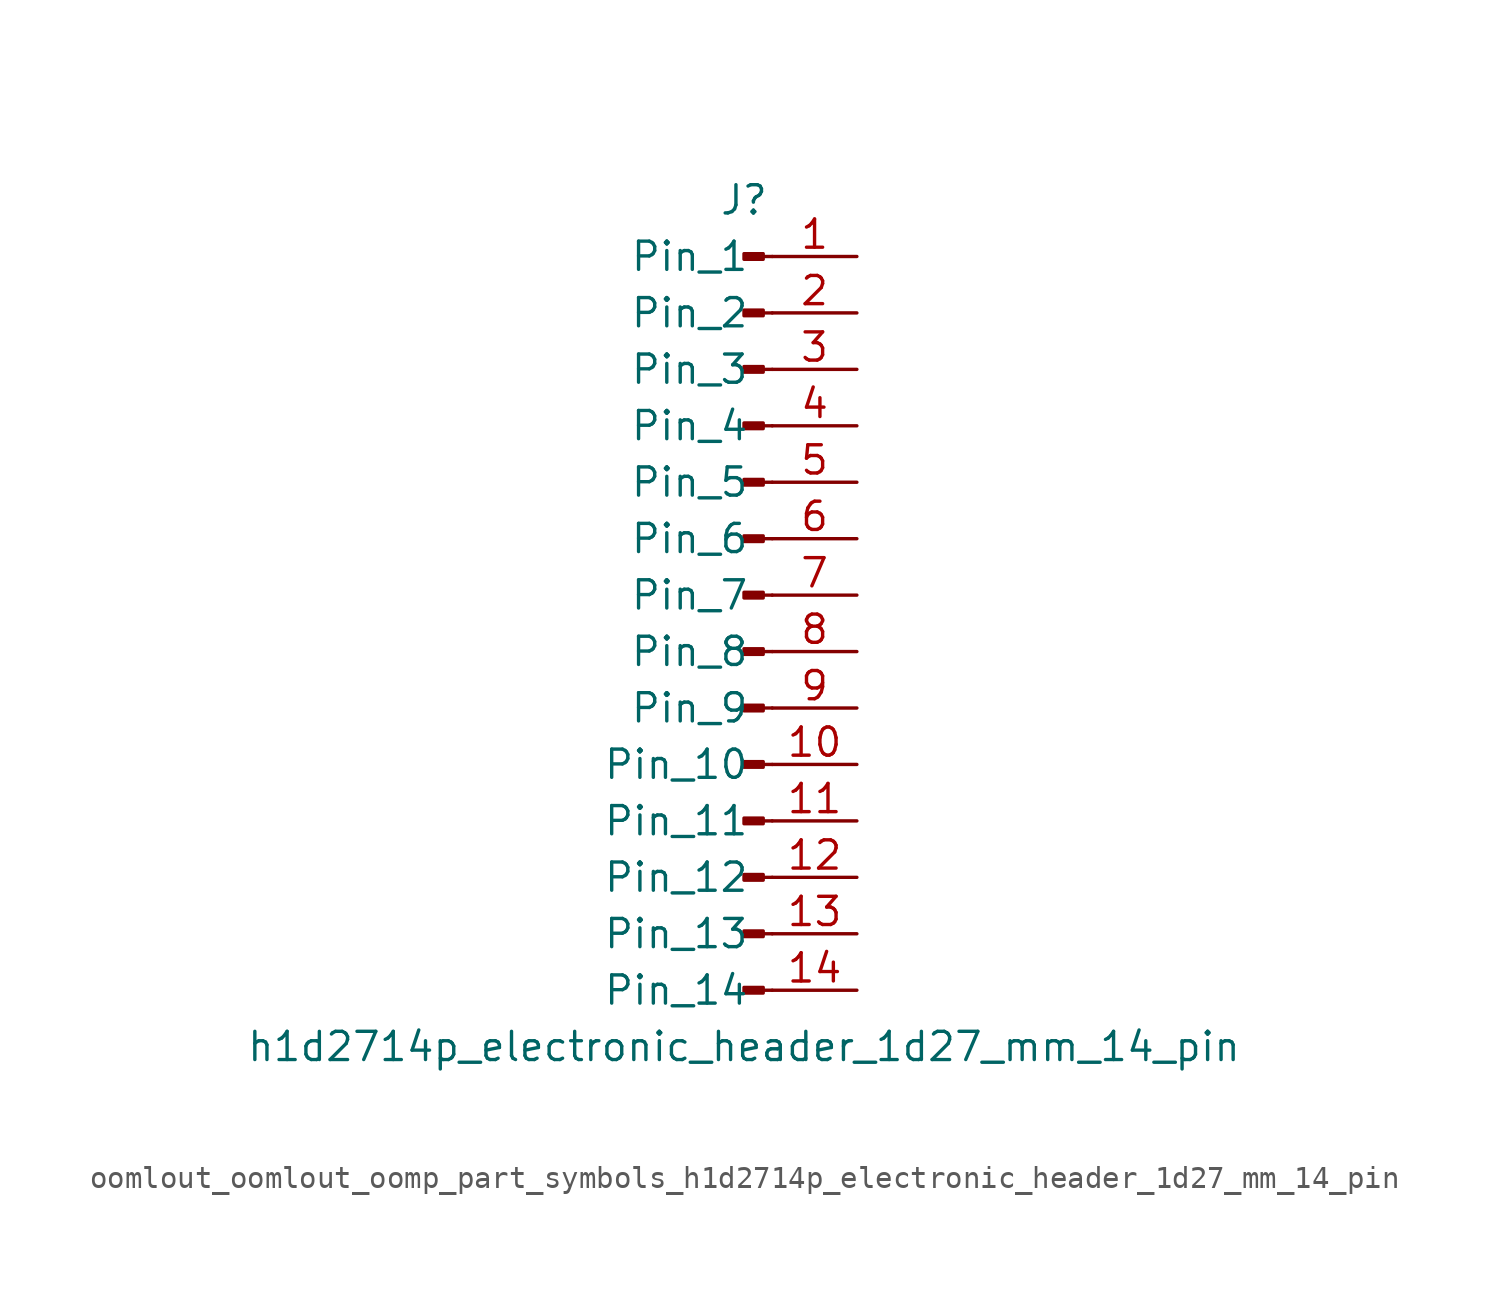
<source format=kicad_sym>
(kicad_symbol_lib
  (version 20220914)
  (generator kicad_symbol_editor)
  (symbol "oomlout_oomlout_oomp_part_symbols_h1d2714p_electronic_header_1d27_mm_14_pin"
    (pin_names
      (offset 1.016))
    (property "Reference" "J"
      (at 0 17.78 0)
      (effects (font (size 1.27 1.27))))
    (property "Value" "h1d2714p_electronic_header_1d27_mm_14_pin"
      (at 0 -20.32 0)
      (effects (font (size 1.27 1.27))))
    (property "ki_locked" ""
      (at 0 0 0)
      (effects (font (size 1.27 1.27))))
    (symbol "oomlout_oomlout_oomp_part_symbols_h1d2714p_electronic_header_1d27_mm_14_pin_1_1"
      (polyline (pts (xy 1.27 -17.78) (xy 0.864 -17.78)) (stroke (width 0.152) (type default)) (fill (type none)))
      (polyline (pts (xy 1.27 -15.24) (xy 0.864 -15.24)) (stroke (width 0.152) (type default)) (fill (type none)))
      (polyline (pts (xy 1.27 -12.7) (xy 0.864 -12.7)) (stroke (width 0.152) (type default)) (fill (type none)))
      (polyline (pts (xy 1.27 -10.16) (xy 0.864 -10.16)) (stroke (width 0.152) (type default)) (fill (type none)))
      (polyline (pts (xy 1.27 -7.62) (xy 0.864 -7.62)) (stroke (width 0.152) (type default)) (fill (type none)))
      (polyline (pts (xy 1.27 -5.08) (xy 0.864 -5.08)) (stroke (width 0.152) (type default)) (fill (type none)))
      (polyline (pts (xy 1.27 -2.54) (xy 0.864 -2.54)) (stroke (width 0.152) (type default)) (fill (type none)))
      (polyline (pts (xy 1.27 0) (xy 0.864 0)) (stroke (width 0.152) (type default)) (fill (type none)))
      (polyline (pts (xy 1.27 2.54) (xy 0.864 2.54)) (stroke (width 0.152) (type default)) (fill (type none)))
      (polyline (pts (xy 1.27 5.08) (xy 0.864 5.08)) (stroke (width 0.152) (type default)) (fill (type none)))
      (polyline (pts (xy 1.27 7.62) (xy 0.864 7.62)) (stroke (width 0.152) (type default)) (fill (type none)))
      (polyline (pts (xy 1.27 10.16) (xy 0.864 10.16)) (stroke (width 0.152) (type default)) (fill (type none)))
      (polyline (pts (xy 1.27 12.7) (xy 0.864 12.7)) (stroke (width 0.152) (type default)) (fill (type none)))
      (polyline (pts (xy 1.27 15.24) (xy 0.864 15.24)) (stroke (width 0.152) (type default)) (fill (type none)))
      (rectangle (start 0.864 -17.653) (end 0 -17.907) (stroke (width 0.152) (type default)) (fill (type outline)))
      (rectangle (start 0.864 -15.113) (end 0 -15.367) (stroke (width 0.152) (type default)) (fill (type outline)))
      (rectangle (start 0.864 -12.573) (end 0 -12.827) (stroke (width 0.152) (type default)) (fill (type outline)))
      (rectangle (start 0.864 -10.033) (end 0 -10.287) (stroke (width 0.152) (type default)) (fill (type outline)))
      (rectangle (start 0.864 -7.493) (end 0 -7.747) (stroke (width 0.152) (type default)) (fill (type outline)))
      (rectangle (start 0.864 -4.953) (end 0 -5.207) (stroke (width 0.152) (type default)) (fill (type outline)))
      (rectangle (start 0.864 -2.413) (end 0 -2.667) (stroke (width 0.152) (type default)) (fill (type outline)))
      (rectangle (start 0.864 0.127) (end 0 -0.127) (stroke (width 0.152) (type default)) (fill (type outline)))
      (rectangle (start 0.864 2.667) (end 0 2.413) (stroke (width 0.152) (type default)) (fill (type outline)))
      (rectangle (start 0.864 5.207) (end 0 4.953) (stroke (width 0.152) (type default)) (fill (type outline)))
      (rectangle (start 0.864 7.747) (end 0 7.493) (stroke (width 0.152) (type default)) (fill (type outline)))
      (rectangle (start 0.864 10.287) (end 0 10.033) (stroke (width 0.152) (type default)) (fill (type outline)))
      (rectangle (start 0.864 12.827) (end 0 12.573) (stroke (width 0.152) (type default)) (fill (type outline)))
      (rectangle (start 0.864 15.367) (end 0 15.113) (stroke (width 0.152) (type default)) (fill (type outline)))
      (pin passive line (at 5.08 15.24 180) (length 3.81) (name "Pin_1" (effects (font (size 1.27 1.27)))) (number "1" (effects (font (size 1.27 1.27)))))
      (pin passive line (at 5.08 -7.62 180) (length 3.81) (name "Pin_10" (effects (font (size 1.27 1.27)))) (number "10" (effects (font (size 1.27 1.27)))))
      (pin passive line (at 5.08 -10.16 180) (length 3.81) (name "Pin_11" (effects (font (size 1.27 1.27)))) (number "11" (effects (font (size 1.27 1.27)))))
      (pin passive line (at 5.08 -12.7 180) (length 3.81) (name "Pin_12" (effects (font (size 1.27 1.27)))) (number "12" (effects (font (size 1.27 1.27)))))
      (pin passive line (at 5.08 -15.24 180) (length 3.81) (name "Pin_13" (effects (font (size 1.27 1.27)))) (number "13" (effects (font (size 1.27 1.27)))))
      (pin passive line (at 5.08 -17.78 180) (length 3.81) (name "Pin_14" (effects (font (size 1.27 1.27)))) (number "14" (effects (font (size 1.27 1.27)))))
      (pin passive line (at 5.08 12.7 180) (length 3.81) (name "Pin_2" (effects (font (size 1.27 1.27)))) (number "2" (effects (font (size 1.27 1.27)))))
      (pin passive line (at 5.08 10.16 180) (length 3.81) (name "Pin_3" (effects (font (size 1.27 1.27)))) (number "3" (effects (font (size 1.27 1.27)))))
      (pin passive line (at 5.08 7.62 180) (length 3.81) (name "Pin_4" (effects (font (size 1.27 1.27)))) (number "4" (effects (font (size 1.27 1.27)))))
      (pin passive line (at 5.08 5.08 180) (length 3.81) (name "Pin_5" (effects (font (size 1.27 1.27)))) (number "5" (effects (font (size 1.27 1.27)))))
      (pin passive line (at 5.08 2.54 180) (length 3.81) (name "Pin_6" (effects (font (size 1.27 1.27)))) (number "6" (effects (font (size 1.27 1.27)))))
      (pin passive line (at 5.08 0 180) (length 3.81) (name "Pin_7" (effects (font (size 1.27 1.27)))) (number "7" (effects (font (size 1.27 1.27)))))
      (pin passive line (at 5.08 -2.54 180) (length 3.81) (name "Pin_8" (effects (font (size 1.27 1.27)))) (number "8" (effects (font (size 1.27 1.27)))))
      (pin passive line (at 5.08 -5.08 180) (length 3.81) (name "Pin_9" (effects (font (size 1.27 1.27)))) (number "9" (effects (font (size 1.27 1.27))))))))
</source>
